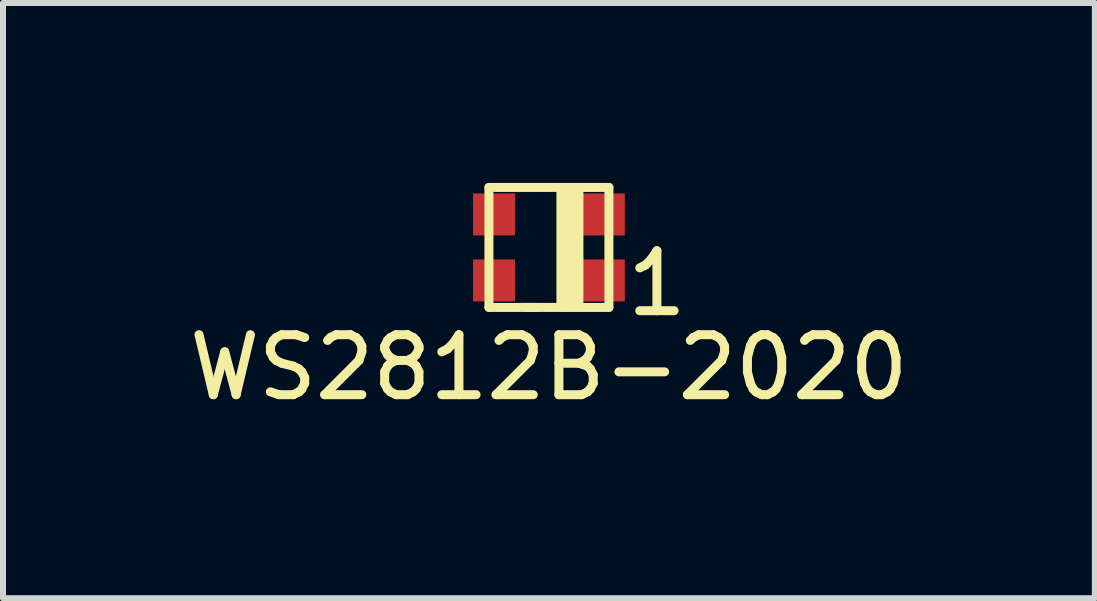
<source format=kicad_pcb>
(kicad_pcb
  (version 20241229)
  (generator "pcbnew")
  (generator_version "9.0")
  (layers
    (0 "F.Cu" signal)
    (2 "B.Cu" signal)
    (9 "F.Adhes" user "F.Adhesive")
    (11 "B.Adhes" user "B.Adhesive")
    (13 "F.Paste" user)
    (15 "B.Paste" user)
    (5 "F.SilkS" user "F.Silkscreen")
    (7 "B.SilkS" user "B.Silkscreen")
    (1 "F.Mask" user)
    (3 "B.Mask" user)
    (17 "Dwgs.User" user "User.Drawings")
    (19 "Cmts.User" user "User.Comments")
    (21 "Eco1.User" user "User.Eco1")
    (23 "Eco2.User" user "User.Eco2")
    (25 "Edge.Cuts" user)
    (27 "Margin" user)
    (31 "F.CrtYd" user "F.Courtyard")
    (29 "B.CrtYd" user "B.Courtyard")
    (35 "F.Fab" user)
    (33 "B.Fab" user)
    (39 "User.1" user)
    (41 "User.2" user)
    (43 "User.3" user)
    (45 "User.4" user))
  (footprint "WS2812B-2020"
    (layer "F.Cu")
    (at 6.101 1.075)
    (property "Reference" "WS2812B-2020" (at 0 2 0) (layer "F.SilkS") (effects (font (size 1 1) (thickness 0.15))))
    (attr through_hole)
    (fp_line (start -1 -1) (end -1 1) (stroke (width 0.15) (type solid)) (layer "F.SilkS"))
    (fp_line (start -1 1) (end 1 1) (stroke (width 0.15) (type solid)) (layer "F.SilkS"))
    (fp_line (start -0.4 1) (end -0.2 1) (stroke (width 0.15) (type solid)) (layer "F.SilkS"))
    (fp_line (start 0.2 -1) (end 0.2 1) (stroke (width 0.15) (type solid)) (layer "F.SilkS"))
    (fp_line (start 0.3 1) (end 0.3 -1) (stroke (width 0.15) (type solid)) (layer "F.SilkS"))
    (fp_line (start 0.4 1) (end 0.4 -1) (stroke (width 0.15) (type solid)) (layer "F.SilkS"))
    (fp_line (start 0.5 1) (end 0.5 -1) (stroke (width 0.15) (type solid)) (layer "F.SilkS"))
    (fp_line (start 1 -1) (end -1 -1) (stroke (width 0.15) (type solid)) (layer "F.SilkS"))
    (fp_line (start 1 1) (end 1 -1) (stroke (width 0.15) (type solid)) (layer "F.SilkS"))
    (fp_text user "1" (at 1.8 0.6 0) (layer "F.SilkS") (effects (font (size 1 1) (thickness 0.15))))
    (pad "1" smd rect (at 0.915 0.55) (size 0.7 0.7) (layers "F.Cu" "F.Mask" "F.Paste"))
    (pad "2" smd rect (at 0.915 -0.55) (size 0.7 0.7) (layers "F.Cu" "F.Mask" "F.Paste"))
    (pad "3" smd rect (at -0.915 -0.55) (size 0.7 0.7) (layers "F.Cu" "F.Mask" "F.Paste"))
    (pad "4" smd rect (at -0.915 0.55) (size 0.7 0.7) (layers "F.Cu" "F.Mask" "F.Paste")))
  (gr_rect
    (start -3 -3)
    (end 15.202 6.923)
    (stroke (width 0.1) (type default))
    (fill no)
    (layer "Edge.Cuts")))
</source>
